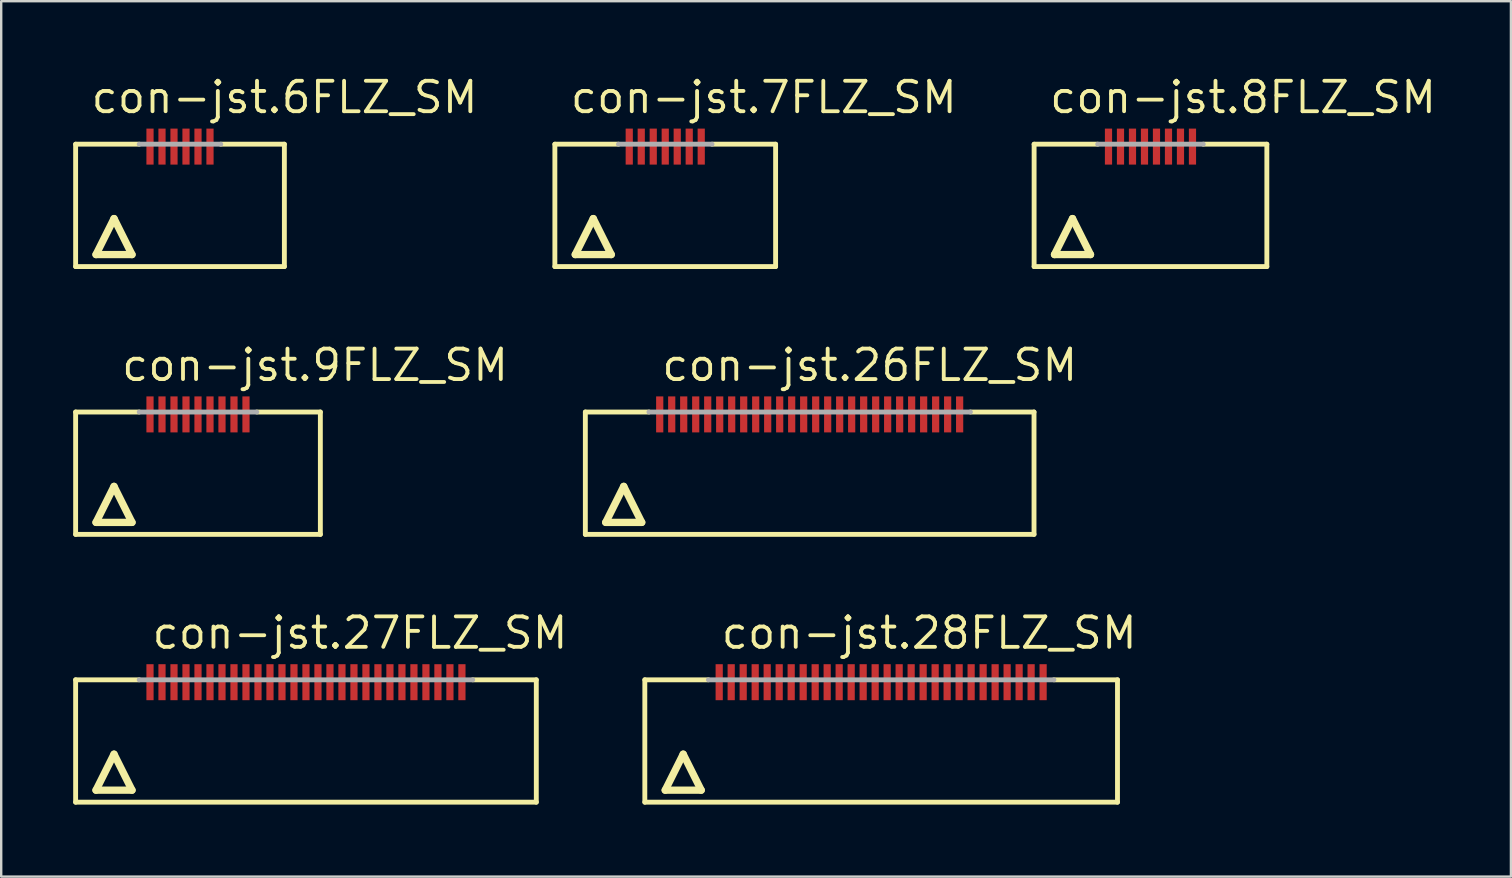
<source format=kicad_pcb>
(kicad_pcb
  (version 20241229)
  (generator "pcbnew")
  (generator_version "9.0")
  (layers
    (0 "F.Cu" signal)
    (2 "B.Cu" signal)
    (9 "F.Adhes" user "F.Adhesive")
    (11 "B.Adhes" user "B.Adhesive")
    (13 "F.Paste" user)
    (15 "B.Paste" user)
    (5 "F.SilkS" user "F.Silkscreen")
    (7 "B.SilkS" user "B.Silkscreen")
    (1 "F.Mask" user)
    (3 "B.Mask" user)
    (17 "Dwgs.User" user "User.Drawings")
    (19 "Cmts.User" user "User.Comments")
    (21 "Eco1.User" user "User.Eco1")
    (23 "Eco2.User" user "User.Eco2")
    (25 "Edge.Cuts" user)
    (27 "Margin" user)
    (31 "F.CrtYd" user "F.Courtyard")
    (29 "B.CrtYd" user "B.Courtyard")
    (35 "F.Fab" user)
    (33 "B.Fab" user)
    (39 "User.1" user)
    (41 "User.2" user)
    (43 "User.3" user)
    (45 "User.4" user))
  (footprint "con-jst.9FLZ_SM"
    (layer "F.Cu")
    (at 5.202 16.722)
    (property "Reference" "con-jst.9FLZ_SM" (at -3.27 -3.81 0) (layer "F.SilkS") (effects (font (size 1.27 1.27) (thickness 0.16)) (justify left bottom)))
    (attr smd)
    (fp_line (start -5.1 -2.6) (end -2.45 -2.6) (stroke (width 0.203) (type default)) (layer "F.SilkS"))
    (fp_line (start -5.1 2.5) (end -5.1 -2.6) (stroke (width 0.203) (type default)) (layer "F.SilkS"))
    (fp_line (start -4.25 2) (end -2.75 2) (stroke (width 0.305) (type default)) (layer "F.SilkS"))
    (fp_line (start -3.5 0.5) (end -4.25 2) (stroke (width 0.305) (type default)) (layer "F.SilkS"))
    (fp_line (start -2.75 2) (end -3.5 0.5) (stroke (width 0.305) (type default)) (layer "F.SilkS"))
    (fp_line (start 2.45 -2.6) (end 5.1 -2.6) (stroke (width 0.203) (type default)) (layer "F.SilkS"))
    (fp_line (start 5.1 -2.6) (end 5.1 2.5) (stroke (width 0.203) (type default)) (layer "F.SilkS"))
    (fp_line (start 5.1 2.5) (end -5.1 2.5) (stroke (width 0.203) (type default)) (layer "F.SilkS"))
    (fp_line (start -2.45 -2.6) (end 2.45 -2.6) (stroke (width 0.203) (type default)) (layer "F.Fab"))
    (pad "1" smd roundrect (at -2 -2.5) (size 0.3 1.5) (layers "F.Cu" "F.Mask" "F.Paste") (roundrect_rratio 0.01))
    (pad "2" smd roundrect (at -1.5 -2.5) (size 0.3 1.5) (layers "F.Cu" "F.Mask" "F.Paste") (roundrect_rratio 0.01))
    (pad "3" smd roundrect (at -1 -2.5) (size 0.3 1.5) (layers "F.Cu" "F.Mask" "F.Paste") (roundrect_rratio 0.01))
    (pad "4" smd roundrect (at -0.5 -2.5) (size 0.3 1.5) (layers "F.Cu" "F.Mask" "F.Paste") (roundrect_rratio 0.01))
    (pad "5" smd roundrect (at 0 -2.5) (size 0.3 1.5) (layers "F.Cu" "F.Mask" "F.Paste") (roundrect_rratio 0.01))
    (pad "6" smd roundrect (at 0.5 -2.5) (size 0.3 1.5) (layers "F.Cu" "F.Mask" "F.Paste") (roundrect_rratio 0.01))
    (pad "7" smd roundrect (at 1 -2.5) (size 0.3 1.5) (layers "F.Cu" "F.Mask" "F.Paste") (roundrect_rratio 0.01))
    (pad "8" smd roundrect (at 1.5 -2.5) (size 0.3 1.5) (layers "F.Cu" "F.Mask" "F.Paste") (roundrect_rratio 0.01))
    (pad "9" smd roundrect (at 2 -2.5) (size 0.3 1.5) (layers "F.Cu" "F.Mask" "F.Paste") (roundrect_rratio 0.01)))
  (footprint "con-jst.28FLZ_SM"
    (layer "F.Cu")
    (at 33.675 27.883)
    (property "Reference" "con-jst.28FLZ_SM" (at -6.75 -3.81 0) (layer "F.SilkS") (effects (font (size 1.27 1.27) (thickness 0.16)) (justify left bottom)))
    (attr smd)
    (fp_line (start -9.85 -2.6) (end -7.2 -2.6) (stroke (width 0.203) (type default)) (layer "F.SilkS"))
    (fp_line (start -9.85 2.5) (end -9.85 -2.6) (stroke (width 0.203) (type default)) (layer "F.SilkS"))
    (fp_line (start -9 2) (end -7.5 2) (stroke (width 0.305) (type default)) (layer "F.SilkS"))
    (fp_line (start -8.25 0.5) (end -9 2) (stroke (width 0.305) (type default)) (layer "F.SilkS"))
    (fp_line (start -7.5 2) (end -8.25 0.5) (stroke (width 0.305) (type default)) (layer "F.SilkS"))
    (fp_line (start 7.2 -2.6) (end 9.85 -2.6) (stroke (width 0.203) (type default)) (layer "F.SilkS"))
    (fp_line (start 9.85 -2.6) (end 9.85 2.5) (stroke (width 0.203) (type default)) (layer "F.SilkS"))
    (fp_line (start 9.85 2.5) (end -9.85 2.5) (stroke (width 0.203) (type default)) (layer "F.SilkS"))
    (fp_line (start -7.2 -2.6) (end 7.2 -2.6) (stroke (width 0.203) (type default)) (layer "F.Fab"))
    (pad "1" smd roundrect (at -6.75 -2.5) (size 0.3 1.5) (layers "F.Cu" "F.Mask" "F.Paste") (roundrect_rratio 0.01))
    (pad "2" smd roundrect (at -6.25 -2.5) (size 0.3 1.5) (layers "F.Cu" "F.Mask" "F.Paste") (roundrect_rratio 0.01))
    (pad "3" smd roundrect (at -5.75 -2.5) (size 0.3 1.5) (layers "F.Cu" "F.Mask" "F.Paste") (roundrect_rratio 0.01))
    (pad "4" smd roundrect (at -5.25 -2.5) (size 0.3 1.5) (layers "F.Cu" "F.Mask" "F.Paste") (roundrect_rratio 0.01))
    (pad "5" smd roundrect (at -4.75 -2.5) (size 0.3 1.5) (layers "F.Cu" "F.Mask" "F.Paste") (roundrect_rratio 0.01))
    (pad "6" smd roundrect (at -4.25 -2.5) (size 0.3 1.5) (layers "F.Cu" "F.Mask" "F.Paste") (roundrect_rratio 0.01))
    (pad "7" smd roundrect (at -3.75 -2.5) (size 0.3 1.5) (layers "F.Cu" "F.Mask" "F.Paste") (roundrect_rratio 0.01))
    (pad "8" smd roundrect (at -3.25 -2.5) (size 0.3 1.5) (layers "F.Cu" "F.Mask" "F.Paste") (roundrect_rratio 0.01))
    (pad "9" smd roundrect (at -2.75 -2.5) (size 0.3 1.5) (layers "F.Cu" "F.Mask" "F.Paste") (roundrect_rratio 0.01))
    (pad "10" smd roundrect (at -2.25 -2.5) (size 0.3 1.5) (layers "F.Cu" "F.Mask" "F.Paste") (roundrect_rratio 0.01))
    (pad "11" smd roundrect (at -1.75 -2.5) (size 0.3 1.5) (layers "F.Cu" "F.Mask" "F.Paste") (roundrect_rratio 0.01))
    (pad "12" smd roundrect (at -1.25 -2.5) (size 0.3 1.5) (layers "F.Cu" "F.Mask" "F.Paste") (roundrect_rratio 0.01))
    (pad "13" smd roundrect (at -0.75 -2.5) (size 0.3 1.5) (layers "F.Cu" "F.Mask" "F.Paste") (roundrect_rratio 0.01))
    (pad "14" smd roundrect (at -0.25 -2.5) (size 0.3 1.5) (layers "F.Cu" "F.Mask" "F.Paste") (roundrect_rratio 0.01))
    (pad "15" smd roundrect (at 0.25 -2.5) (size 0.3 1.5) (layers "F.Cu" "F.Mask" "F.Paste") (roundrect_rratio 0.01))
    (pad "16" smd roundrect (at 0.75 -2.5) (size 0.3 1.5) (layers "F.Cu" "F.Mask" "F.Paste") (roundrect_rratio 0.01))
    (pad "17" smd roundrect (at 1.25 -2.5) (size 0.3 1.5) (layers "F.Cu" "F.Mask" "F.Paste") (roundrect_rratio 0.01))
    (pad "18" smd roundrect (at 1.75 -2.5) (size 0.3 1.5) (layers "F.Cu" "F.Mask" "F.Paste") (roundrect_rratio 0.01))
    (pad "19" smd roundrect (at 2.25 -2.5) (size 0.3 1.5) (layers "F.Cu" "F.Mask" "F.Paste") (roundrect_rratio 0.01))
    (pad "20" smd roundrect (at 2.75 -2.5) (size 0.3 1.5) (layers "F.Cu" "F.Mask" "F.Paste") (roundrect_rratio 0.01))
    (pad "21" smd roundrect (at 3.25 -2.5) (size 0.3 1.5) (layers "F.Cu" "F.Mask" "F.Paste") (roundrect_rratio 0.01))
    (pad "22" smd roundrect (at 3.75 -2.5) (size 0.3 1.5) (layers "F.Cu" "F.Mask" "F.Paste") (roundrect_rratio 0.01))
    (pad "23" smd roundrect (at 4.25 -2.5) (size 0.3 1.5) (layers "F.Cu" "F.Mask" "F.Paste") (roundrect_rratio 0.01))
    (pad "24" smd roundrect (at 4.75 -2.5) (size 0.3 1.5) (layers "F.Cu" "F.Mask" "F.Paste") (roundrect_rratio 0.01))
    (pad "25" smd roundrect (at 5.25 -2.5) (size 0.3 1.5) (layers "F.Cu" "F.Mask" "F.Paste") (roundrect_rratio 0.01))
    (pad "26" smd roundrect (at 5.75 -2.5) (size 0.3 1.5) (layers "F.Cu" "F.Mask" "F.Paste") (roundrect_rratio 0.01))
    (pad "27" smd roundrect (at 6.25 -2.5) (size 0.3 1.5) (layers "F.Cu" "F.Mask" "F.Paste") (roundrect_rratio 0.01))
    (pad "28" smd roundrect (at 6.75 -2.5) (size 0.3 1.5) (layers "F.Cu" "F.Mask" "F.Paste") (roundrect_rratio 0.01)))
  (footprint "con-jst.7FLZ_SM"
    (layer "F.Cu")
    (at 24.676 5.56)
    (property "Reference" "con-jst.7FLZ_SM" (at -4.04 -3.81 0) (layer "F.SilkS") (effects (font (size 1.27 1.27) (thickness 0.16)) (justify left bottom)))
    (attr smd)
    (fp_line (start -4.6 -2.6) (end -1.95 -2.6) (stroke (width 0.203) (type default)) (layer "F.SilkS"))
    (fp_line (start -4.6 2.5) (end -4.6 -2.6) (stroke (width 0.203) (type default)) (layer "F.SilkS"))
    (fp_line (start -3.75 2) (end -2.25 2) (stroke (width 0.305) (type default)) (layer "F.SilkS"))
    (fp_line (start -3 0.5) (end -3.75 2) (stroke (width 0.305) (type default)) (layer "F.SilkS"))
    (fp_line (start -2.25 2) (end -3 0.5) (stroke (width 0.305) (type default)) (layer "F.SilkS"))
    (fp_line (start 1.95 -2.6) (end 4.6 -2.6) (stroke (width 0.203) (type default)) (layer "F.SilkS"))
    (fp_line (start 4.6 -2.6) (end 4.6 2.5) (stroke (width 0.203) (type default)) (layer "F.SilkS"))
    (fp_line (start 4.6 2.5) (end -4.6 2.5) (stroke (width 0.203) (type default)) (layer "F.SilkS"))
    (fp_line (start -1.95 -2.6) (end 1.95 -2.6) (stroke (width 0.203) (type default)) (layer "F.Fab"))
    (pad "1" smd roundrect (at -1.5 -2.5) (size 0.3 1.5) (layers "F.Cu" "F.Mask" "F.Paste") (roundrect_rratio 0.01))
    (pad "2" smd roundrect (at -1 -2.5) (size 0.3 1.5) (layers "F.Cu" "F.Mask" "F.Paste") (roundrect_rratio 0.01))
    (pad "3" smd roundrect (at -0.5 -2.5) (size 0.3 1.5) (layers "F.Cu" "F.Mask" "F.Paste") (roundrect_rratio 0.01))
    (pad "4" smd roundrect (at 0 -2.5) (size 0.3 1.5) (layers "F.Cu" "F.Mask" "F.Paste") (roundrect_rratio 0.01))
    (pad "5" smd roundrect (at 0.5 -2.5) (size 0.3 1.5) (layers "F.Cu" "F.Mask" "F.Paste") (roundrect_rratio 0.01))
    (pad "6" smd roundrect (at 1 -2.5) (size 0.3 1.5) (layers "F.Cu" "F.Mask" "F.Paste") (roundrect_rratio 0.01))
    (pad "7" smd roundrect (at 1.5 -2.5) (size 0.3 1.5) (layers "F.Cu" "F.Mask" "F.Paste") (roundrect_rratio 0.01)))
  (footprint "con-jst.8FLZ_SM"
    (layer "F.Cu")
    (at 44.9 5.56)
    (property "Reference" "con-jst.8FLZ_SM" (at -4.29 -3.81 0) (layer "F.SilkS") (effects (font (size 1.27 1.27) (thickness 0.16)) (justify left bottom)))
    (attr smd)
    (fp_line (start -4.85 -2.6) (end -2.2 -2.6) (stroke (width 0.203) (type default)) (layer "F.SilkS"))
    (fp_line (start -4.85 2.5) (end -4.85 -2.6) (stroke (width 0.203) (type default)) (layer "F.SilkS"))
    (fp_line (start -4 2) (end -2.5 2) (stroke (width 0.305) (type default)) (layer "F.SilkS"))
    (fp_line (start -3.25 0.5) (end -4 2) (stroke (width 0.305) (type default)) (layer "F.SilkS"))
    (fp_line (start -2.5 2) (end -3.25 0.5) (stroke (width 0.305) (type default)) (layer "F.SilkS"))
    (fp_line (start 2.2 -2.6) (end 4.85 -2.6) (stroke (width 0.203) (type default)) (layer "F.SilkS"))
    (fp_line (start 4.85 -2.6) (end 4.85 2.5) (stroke (width 0.203) (type default)) (layer "F.SilkS"))
    (fp_line (start 4.85 2.5) (end -4.85 2.5) (stroke (width 0.203) (type default)) (layer "F.SilkS"))
    (fp_line (start -2.2 -2.6) (end 2.2 -2.6) (stroke (width 0.203) (type default)) (layer "F.Fab"))
    (pad "1" smd roundrect (at -1.75 -2.5) (size 0.3 1.5) (layers "F.Cu" "F.Mask" "F.Paste") (roundrect_rratio 0.01))
    (pad "2" smd roundrect (at -1.25 -2.5) (size 0.3 1.5) (layers "F.Cu" "F.Mask" "F.Paste") (roundrect_rratio 0.01))
    (pad "3" smd roundrect (at -0.75 -2.5) (size 0.3 1.5) (layers "F.Cu" "F.Mask" "F.Paste") (roundrect_rratio 0.01))
    (pad "4" smd roundrect (at -0.25 -2.5) (size 0.3 1.5) (layers "F.Cu" "F.Mask" "F.Paste") (roundrect_rratio 0.01))
    (pad "5" smd roundrect (at 0.25 -2.5) (size 0.3 1.5) (layers "F.Cu" "F.Mask" "F.Paste") (roundrect_rratio 0.01))
    (pad "6" smd roundrect (at 0.75 -2.5) (size 0.3 1.5) (layers "F.Cu" "F.Mask" "F.Paste") (roundrect_rratio 0.01))
    (pad "7" smd roundrect (at 1.25 -2.5) (size 0.3 1.5) (layers "F.Cu" "F.Mask" "F.Paste") (roundrect_rratio 0.01))
    (pad "8" smd roundrect (at 1.75 -2.5) (size 0.3 1.5) (layers "F.Cu" "F.Mask" "F.Paste") (roundrect_rratio 0.01)))
  (footprint "con-jst.26FLZ_SM"
    (layer "F.Cu")
    (at 30.696 16.722)
    (property "Reference" "con-jst.26FLZ_SM" (at -6.25 -3.81 0) (layer "F.SilkS") (effects (font (size 1.27 1.27) (thickness 0.16)) (justify left bottom)))
    (attr smd)
    (fp_line (start -9.35 -2.6) (end -6.7 -2.6) (stroke (width 0.203) (type default)) (layer "F.SilkS"))
    (fp_line (start -9.35 2.5) (end -9.35 -2.6) (stroke (width 0.203) (type default)) (layer "F.SilkS"))
    (fp_line (start -8.5 2) (end -7 2) (stroke (width 0.305) (type default)) (layer "F.SilkS"))
    (fp_line (start -7.75 0.5) (end -8.5 2) (stroke (width 0.305) (type default)) (layer "F.SilkS"))
    (fp_line (start -7 2) (end -7.75 0.5) (stroke (width 0.305) (type default)) (layer "F.SilkS"))
    (fp_line (start 6.7 -2.6) (end 9.35 -2.6) (stroke (width 0.203) (type default)) (layer "F.SilkS"))
    (fp_line (start 9.35 -2.6) (end 9.35 2.5) (stroke (width 0.203) (type default)) (layer "F.SilkS"))
    (fp_line (start 9.35 2.5) (end -9.35 2.5) (stroke (width 0.203) (type default)) (layer "F.SilkS"))
    (fp_line (start -6.7 -2.6) (end 6.7 -2.6) (stroke (width 0.203) (type default)) (layer "F.Fab"))
    (pad "1" smd roundrect (at -6.25 -2.5) (size 0.3 1.5) (layers "F.Cu" "F.Mask" "F.Paste") (roundrect_rratio 0.01))
    (pad "2" smd roundrect (at -5.75 -2.5) (size 0.3 1.5) (layers "F.Cu" "F.Mask" "F.Paste") (roundrect_rratio 0.01))
    (pad "3" smd roundrect (at -5.25 -2.5) (size 0.3 1.5) (layers "F.Cu" "F.Mask" "F.Paste") (roundrect_rratio 0.01))
    (pad "4" smd roundrect (at -4.75 -2.5) (size 0.3 1.5) (layers "F.Cu" "F.Mask" "F.Paste") (roundrect_rratio 0.01))
    (pad "5" smd roundrect (at -4.25 -2.5) (size 0.3 1.5) (layers "F.Cu" "F.Mask" "F.Paste") (roundrect_rratio 0.01))
    (pad "6" smd roundrect (at -3.75 -2.5) (size 0.3 1.5) (layers "F.Cu" "F.Mask" "F.Paste") (roundrect_rratio 0.01))
    (pad "7" smd roundrect (at -3.25 -2.5) (size 0.3 1.5) (layers "F.Cu" "F.Mask" "F.Paste") (roundrect_rratio 0.01))
    (pad "8" smd roundrect (at -2.75 -2.5) (size 0.3 1.5) (layers "F.Cu" "F.Mask" "F.Paste") (roundrect_rratio 0.01))
    (pad "9" smd roundrect (at -2.25 -2.5) (size 0.3 1.5) (layers "F.Cu" "F.Mask" "F.Paste") (roundrect_rratio 0.01))
    (pad "10" smd roundrect (at -1.75 -2.5) (size 0.3 1.5) (layers "F.Cu" "F.Mask" "F.Paste") (roundrect_rratio 0.01))
    (pad "11" smd roundrect (at -1.25 -2.5) (size 0.3 1.5) (layers "F.Cu" "F.Mask" "F.Paste") (roundrect_rratio 0.01))
    (pad "12" smd roundrect (at -0.75 -2.5) (size 0.3 1.5) (layers "F.Cu" "F.Mask" "F.Paste") (roundrect_rratio 0.01))
    (pad "13" smd roundrect (at -0.25 -2.5) (size 0.3 1.5) (layers "F.Cu" "F.Mask" "F.Paste") (roundrect_rratio 0.01))
    (pad "14" smd roundrect (at 0.25 -2.5) (size 0.3 1.5) (layers "F.Cu" "F.Mask" "F.Paste") (roundrect_rratio 0.01))
    (pad "15" smd roundrect (at 0.75 -2.5) (size 0.3 1.5) (layers "F.Cu" "F.Mask" "F.Paste") (roundrect_rratio 0.01))
    (pad "16" smd roundrect (at 1.25 -2.5) (size 0.3 1.5) (layers "F.Cu" "F.Mask" "F.Paste") (roundrect_rratio 0.01))
    (pad "17" smd roundrect (at 1.75 -2.5) (size 0.3 1.5) (layers "F.Cu" "F.Mask" "F.Paste") (roundrect_rratio 0.01))
    (pad "18" smd roundrect (at 2.25 -2.5) (size 0.3 1.5) (layers "F.Cu" "F.Mask" "F.Paste") (roundrect_rratio 0.01))
    (pad "19" smd roundrect (at 2.75 -2.5) (size 0.3 1.5) (layers "F.Cu" "F.Mask" "F.Paste") (roundrect_rratio 0.01))
    (pad "20" smd roundrect (at 3.25 -2.5) (size 0.3 1.5) (layers "F.Cu" "F.Mask" "F.Paste") (roundrect_rratio 0.01))
    (pad "21" smd roundrect (at 3.75 -2.5) (size 0.3 1.5) (layers "F.Cu" "F.Mask" "F.Paste") (roundrect_rratio 0.01))
    (pad "22" smd roundrect (at 4.25 -2.5) (size 0.3 1.5) (layers "F.Cu" "F.Mask" "F.Paste") (roundrect_rratio 0.01))
    (pad "23" smd roundrect (at 4.75 -2.5) (size 0.3 1.5) (layers "F.Cu" "F.Mask" "F.Paste") (roundrect_rratio 0.01))
    (pad "24" smd roundrect (at 5.25 -2.5) (size 0.3 1.5) (layers "F.Cu" "F.Mask" "F.Paste") (roundrect_rratio 0.01))
    (pad "25" smd roundrect (at 5.75 -2.5) (size 0.3 1.5) (layers "F.Cu" "F.Mask" "F.Paste") (roundrect_rratio 0.01))
    (pad "26" smd roundrect (at 6.25 -2.5) (size 0.3 1.5) (layers "F.Cu" "F.Mask" "F.Paste") (roundrect_rratio 0.01)))
  (footprint "con-jst.6FLZ_SM"
    (layer "F.Cu")
    (at 4.452 5.56)
    (property "Reference" "con-jst.6FLZ_SM" (at -3.79 -3.81 0) (layer "F.SilkS") (effects (font (size 1.27 1.27) (thickness 0.16)) (justify left bottom)))
    (attr smd)
    (fp_line (start -4.35 -2.6) (end -1.7 -2.6) (stroke (width 0.203) (type default)) (layer "F.SilkS"))
    (fp_line (start -4.35 2.5) (end -4.35 -2.6) (stroke (width 0.203) (type default)) (layer "F.SilkS"))
    (fp_line (start -3.5 2) (end -2 2) (stroke (width 0.305) (type default)) (layer "F.SilkS"))
    (fp_line (start -2.75 0.5) (end -3.5 2) (stroke (width 0.305) (type default)) (layer "F.SilkS"))
    (fp_line (start -2 2) (end -2.75 0.5) (stroke (width 0.305) (type default)) (layer "F.SilkS"))
    (fp_line (start 1.7 -2.6) (end 4.35 -2.6) (stroke (width 0.203) (type default)) (layer "F.SilkS"))
    (fp_line (start 4.35 -2.6) (end 4.35 2.5) (stroke (width 0.203) (type default)) (layer "F.SilkS"))
    (fp_line (start 4.35 2.5) (end -4.35 2.5) (stroke (width 0.203) (type default)) (layer "F.SilkS"))
    (fp_line (start -1.7 -2.6) (end 1.7 -2.6) (stroke (width 0.203) (type default)) (layer "F.Fab"))
    (pad "1" smd roundrect (at -1.25 -2.5) (size 0.3 1.5) (layers "F.Cu" "F.Mask" "F.Paste") (roundrect_rratio 0.01))
    (pad "2" smd roundrect (at -0.75 -2.5) (size 0.3 1.5) (layers "F.Cu" "F.Mask" "F.Paste") (roundrect_rratio 0.01))
    (pad "3" smd roundrect (at -0.25 -2.5) (size 0.3 1.5) (layers "F.Cu" "F.Mask" "F.Paste") (roundrect_rratio 0.01))
    (pad "4" smd roundrect (at 0.25 -2.5) (size 0.3 1.5) (layers "F.Cu" "F.Mask" "F.Paste") (roundrect_rratio 0.01))
    (pad "5" smd roundrect (at 0.75 -2.5) (size 0.3 1.5) (layers "F.Cu" "F.Mask" "F.Paste") (roundrect_rratio 0.01))
    (pad "6" smd roundrect (at 1.25 -2.5) (size 0.3 1.5) (layers "F.Cu" "F.Mask" "F.Paste") (roundrect_rratio 0.01)))
  (footprint "con-jst.27FLZ_SM"
    (layer "F.Cu")
    (at 9.702 27.883)
    (property "Reference" "con-jst.27FLZ_SM" (at -6.5 -3.81 0) (layer "F.SilkS") (effects (font (size 1.27 1.27) (thickness 0.16)) (justify left bottom)))
    (attr smd)
    (fp_line (start -9.6 -2.6) (end -6.95 -2.6) (stroke (width 0.203) (type default)) (layer "F.SilkS"))
    (fp_line (start -9.6 2.5) (end -9.6 -2.6) (stroke (width 0.203) (type default)) (layer "F.SilkS"))
    (fp_line (start -8.75 2) (end -7.25 2) (stroke (width 0.305) (type default)) (layer "F.SilkS"))
    (fp_line (start -8 0.5) (end -8.75 2) (stroke (width 0.305) (type default)) (layer "F.SilkS"))
    (fp_line (start -7.25 2) (end -8 0.5) (stroke (width 0.305) (type default)) (layer "F.SilkS"))
    (fp_line (start 6.95 -2.6) (end 9.6 -2.6) (stroke (width 0.203) (type default)) (layer "F.SilkS"))
    (fp_line (start 9.6 -2.6) (end 9.6 2.5) (stroke (width 0.203) (type default)) (layer "F.SilkS"))
    (fp_line (start 9.6 2.5) (end -9.6 2.5) (stroke (width 0.203) (type default)) (layer "F.SilkS"))
    (fp_line (start -6.95 -2.6) (end 6.95 -2.6) (stroke (width 0.203) (type default)) (layer "F.Fab"))
    (pad "1" smd roundrect (at -6.5 -2.5) (size 0.3 1.5) (layers "F.Cu" "F.Mask" "F.Paste") (roundrect_rratio 0.01))
    (pad "2" smd roundrect (at -6 -2.5) (size 0.3 1.5) (layers "F.Cu" "F.Mask" "F.Paste") (roundrect_rratio 0.01))
    (pad "3" smd roundrect (at -5.5 -2.5) (size 0.3 1.5) (layers "F.Cu" "F.Mask" "F.Paste") (roundrect_rratio 0.01))
    (pad "4" smd roundrect (at -5 -2.5) (size 0.3 1.5) (layers "F.Cu" "F.Mask" "F.Paste") (roundrect_rratio 0.01))
    (pad "5" smd roundrect (at -4.5 -2.5) (size 0.3 1.5) (layers "F.Cu" "F.Mask" "F.Paste") (roundrect_rratio 0.01))
    (pad "6" smd roundrect (at -4 -2.5) (size 0.3 1.5) (layers "F.Cu" "F.Mask" "F.Paste") (roundrect_rratio 0.01))
    (pad "7" smd roundrect (at -3.5 -2.5) (size 0.3 1.5) (layers "F.Cu" "F.Mask" "F.Paste") (roundrect_rratio 0.01))
    (pad "8" smd roundrect (at -3 -2.5) (size 0.3 1.5) (layers "F.Cu" "F.Mask" "F.Paste") (roundrect_rratio 0.01))
    (pad "9" smd roundrect (at -2.5 -2.5) (size 0.3 1.5) (layers "F.Cu" "F.Mask" "F.Paste") (roundrect_rratio 0.01))
    (pad "10" smd roundrect (at -2 -2.5) (size 0.3 1.5) (layers "F.Cu" "F.Mask" "F.Paste") (roundrect_rratio 0.01))
    (pad "11" smd roundrect (at -1.5 -2.5) (size 0.3 1.5) (layers "F.Cu" "F.Mask" "F.Paste") (roundrect_rratio 0.01))
    (pad "12" smd roundrect (at -1 -2.5) (size 0.3 1.5) (layers "F.Cu" "F.Mask" "F.Paste") (roundrect_rratio 0.01))
    (pad "13" smd roundrect (at -0.5 -2.5) (size 0.3 1.5) (layers "F.Cu" "F.Mask" "F.Paste") (roundrect_rratio 0.01))
    (pad "14" smd roundrect (at 0 -2.5) (size 0.3 1.5) (layers "F.Cu" "F.Mask" "F.Paste") (roundrect_rratio 0.01))
    (pad "15" smd roundrect (at 0.5 -2.5) (size 0.3 1.5) (layers "F.Cu" "F.Mask" "F.Paste") (roundrect_rratio 0.01))
    (pad "16" smd roundrect (at 1 -2.5) (size 0.3 1.5) (layers "F.Cu" "F.Mask" "F.Paste") (roundrect_rratio 0.01))
    (pad "17" smd roundrect (at 1.5 -2.5) (size 0.3 1.5) (layers "F.Cu" "F.Mask" "F.Paste") (roundrect_rratio 0.01))
    (pad "18" smd roundrect (at 2 -2.5) (size 0.3 1.5) (layers "F.Cu" "F.Mask" "F.Paste") (roundrect_rratio 0.01))
    (pad "19" smd roundrect (at 2.5 -2.5) (size 0.3 1.5) (layers "F.Cu" "F.Mask" "F.Paste") (roundrect_rratio 0.01))
    (pad "20" smd roundrect (at 3 -2.5) (size 0.3 1.5) (layers "F.Cu" "F.Mask" "F.Paste") (roundrect_rratio 0.01))
    (pad "21" smd roundrect (at 3.5 -2.5) (size 0.3 1.5) (layers "F.Cu" "F.Mask" "F.Paste") (roundrect_rratio 0.01))
    (pad "22" smd roundrect (at 4 -2.5) (size 0.3 1.5) (layers "F.Cu" "F.Mask" "F.Paste") (roundrect_rratio 0.01))
    (pad "23" smd roundrect (at 4.5 -2.5) (size 0.3 1.5) (layers "F.Cu" "F.Mask" "F.Paste") (roundrect_rratio 0.01))
    (pad "24" smd roundrect (at 5 -2.5) (size 0.3 1.5) (layers "F.Cu" "F.Mask" "F.Paste") (roundrect_rratio 0.01))
    (pad "25" smd roundrect (at 5.5 -2.5) (size 0.3 1.5) (layers "F.Cu" "F.Mask" "F.Paste") (roundrect_rratio 0.01))
    (pad "26" smd roundrect (at 6 -2.5) (size 0.3 1.5) (layers "F.Cu" "F.Mask" "F.Paste") (roundrect_rratio 0.01))
    (pad "27" smd roundrect (at 6.5 -2.5) (size 0.3 1.5) (layers "F.Cu" "F.Mask" "F.Paste") (roundrect_rratio 0.01)))
  (gr_rect
    (start -3 -3)
    (end 59.923 33.485)
    (stroke (width 0.1) (type default))
    (fill no)
    (layer "Edge.Cuts")))
</source>
